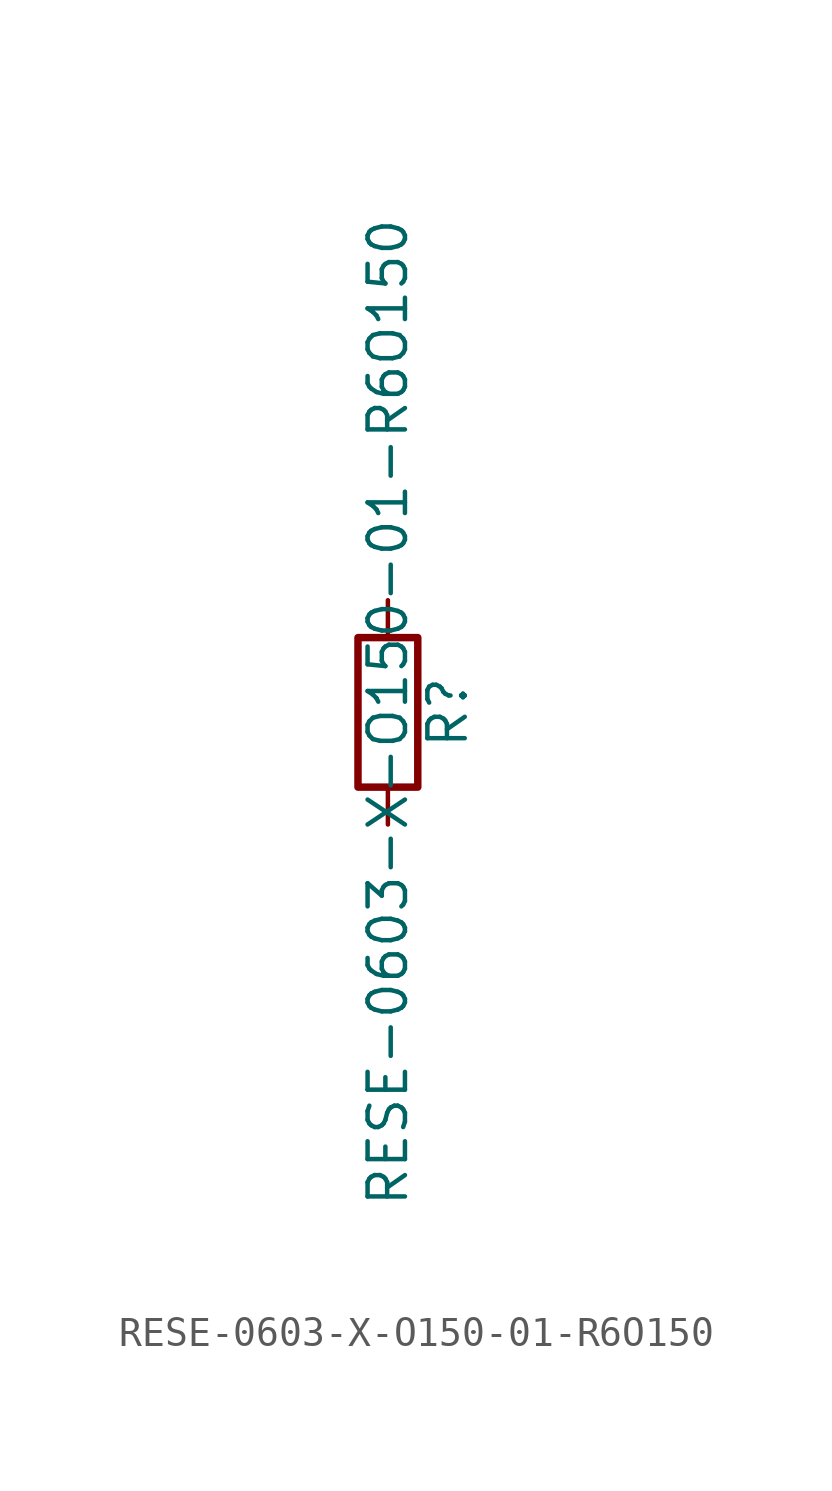
<source format=kicad_sym>
(kicad_symbol_lib
  (version 20211014)
  (generator kicad_symbol_editor)
  (symbol "RESE-0603-X-O150-01-R6O150"
    (pin_numbers hide)
    (pin_names
      (offset 0))
    (property "Reference" "R"
      (at 2.032 0 90)
      (effects (font (size 1.27 1.27))))
    (property "Value" "RESE-0603-X-O150-01-R6O150"
      (at 0 0 90)
      (effects (font (size 1.27 1.27))))
    (symbol "RESE-0603-X-O150-01-R6O150_0_1"
      (rectangle (start -1.016 -2.54) (end 1.016 2.54) (stroke (width 0.254) (type default) (color 0 0 0 0)) (fill (type none))))
    (symbol "RESE-0603-X-O150-01-R6O150_1_1"
      (pin passive line (at 0 3.81 270) (length 1.27) (name "~" (effects (font (size 1.27 1.27)))) (number "1" (effects (font (size 1.27 1.27)))))
      (pin passive line (at 0 -3.81 90) (length 1.27) (name "~" (effects (font (size 1.27 1.27)))) (number "2" (effects (font (size 1.27 1.27))))))))
</source>
